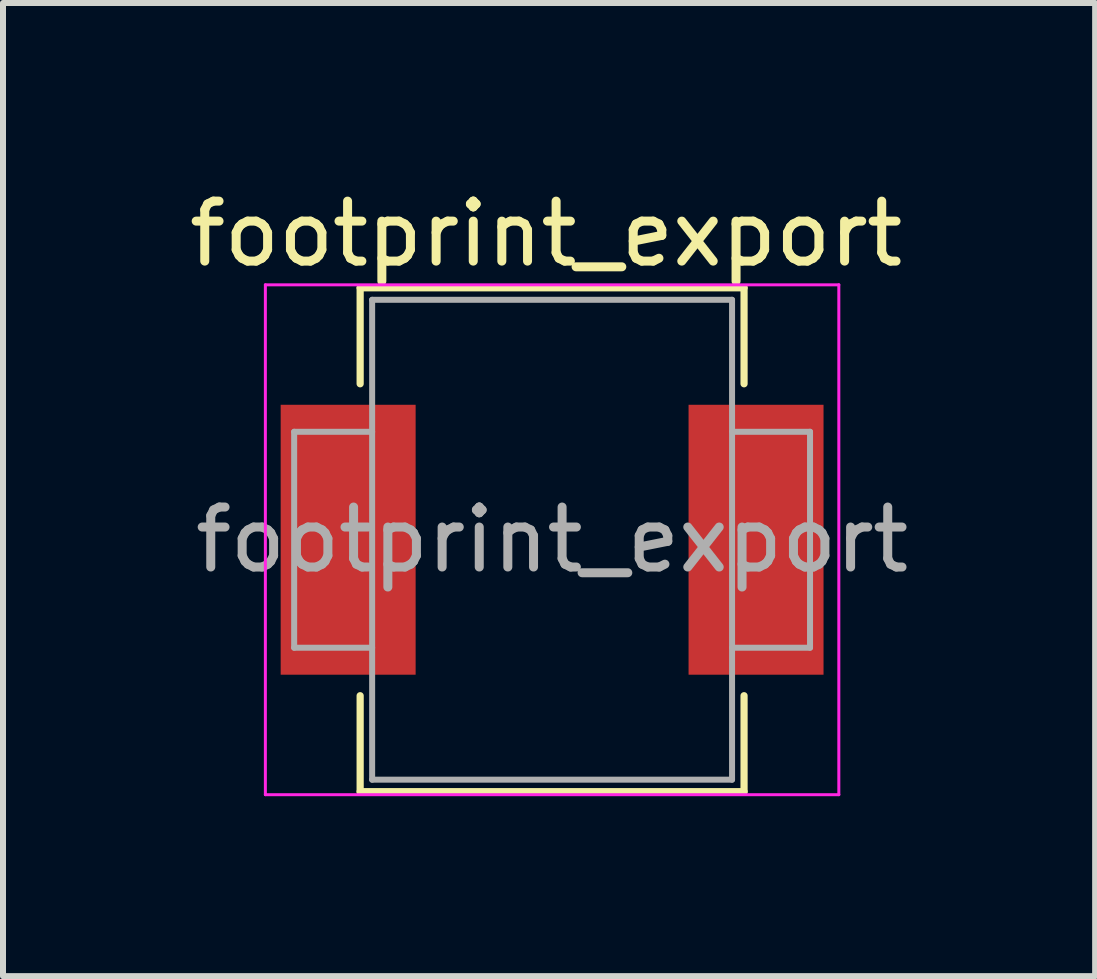
<source format=kicad_pcb>
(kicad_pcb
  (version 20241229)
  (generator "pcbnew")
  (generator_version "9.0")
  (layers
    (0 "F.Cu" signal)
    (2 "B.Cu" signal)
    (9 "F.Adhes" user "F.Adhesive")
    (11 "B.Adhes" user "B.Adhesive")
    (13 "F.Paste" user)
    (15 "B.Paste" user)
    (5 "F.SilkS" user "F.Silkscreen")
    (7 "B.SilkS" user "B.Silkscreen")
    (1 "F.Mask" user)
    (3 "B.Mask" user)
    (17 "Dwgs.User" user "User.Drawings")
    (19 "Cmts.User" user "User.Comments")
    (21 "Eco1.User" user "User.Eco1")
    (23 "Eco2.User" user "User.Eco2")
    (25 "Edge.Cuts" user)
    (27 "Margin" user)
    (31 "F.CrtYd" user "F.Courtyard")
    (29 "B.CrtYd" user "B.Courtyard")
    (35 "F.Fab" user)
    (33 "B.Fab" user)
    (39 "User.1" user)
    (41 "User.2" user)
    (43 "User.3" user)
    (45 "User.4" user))
  (footprint "footprint_export"
    (layer "F.Cu")
    (at 6.154 5.948)
    (property "Reference" "footprint_export" (at -0.1 -5.1 0) (layer "F.SilkS") (effects (font (size 1 1) (thickness 0.15))))
    (attr smd)
    (fp_line (start -3.2 -4.2) (end -3.2 -2.6) (stroke (width 0.12) (type solid)) (layer "F.SilkS"))
    (fp_line (start -3.2 2.6) (end -3.2 4.2) (stroke (width 0.12) (type solid)) (layer "F.SilkS"))
    (fp_line (start -3.2 4.2) (end 3.2 4.2) (stroke (width 0.12) (type solid)) (layer "F.SilkS"))
    (fp_line (start 3.2 -4.2) (end -3.2 -4.2) (stroke (width 0.12) (type solid)) (layer "F.SilkS"))
    (fp_line (start 3.2 -2.6) (end 3.2 -4.2) (stroke (width 0.12) (type solid)) (layer "F.SilkS"))
    (fp_line (start 3.2 4.2) (end 3.2 2.6) (stroke (width 0.12) (type solid)) (layer "F.SilkS"))
    (fp_line (start -4.78 -4.25) (end -4.78 4.25) (stroke (width 0.05) (type solid)) (layer "F.CrtYd"))
    (fp_line (start -4.78 -4.25) (end 4.78 -4.25) (stroke (width 0.05) (type solid)) (layer "F.CrtYd"))
    (fp_line (start 4.78 4.25) (end -4.78 4.25) (stroke (width 0.05) (type solid)) (layer "F.CrtYd"))
    (fp_line (start 4.78 4.25) (end 4.78 -4.25) (stroke (width 0.05) (type solid)) (layer "F.CrtYd"))
    (fp_line (start -4.3 -1.8) (end -4.3 1.8) (stroke (width 0.1) (type solid)) (layer "F.Fab"))
    (fp_line (start -4.3 -1.8) (end -3 -1.8) (stroke (width 0.1) (type solid)) (layer "F.Fab"))
    (fp_line (start -4.3 1.8) (end -3 1.8) (stroke (width 0.1) (type solid)) (layer "F.Fab"))
    (fp_line (start -3 -4) (end 3 -4) (stroke (width 0.1) (type solid)) (layer "F.Fab"))
    (fp_line (start -3 4) (end -3 -4) (stroke (width 0.1) (type solid)) (layer "F.Fab"))
    (fp_line (start 3 -4) (end 3 4) (stroke (width 0.1) (type solid)) (layer "F.Fab"))
    (fp_line (start 3 1.8) (end 4.3 1.8) (stroke (width 0.1) (type solid)) (layer "F.Fab"))
    (fp_line (start 3 4) (end -3 4) (stroke (width 0.1) (type solid)) (layer "F.Fab"))
    (fp_line (start 4.3 -1.8) (end 3 -1.8) (stroke (width 0.1) (type solid)) (layer "F.Fab"))
    (fp_line (start 4.3 1.8) (end 4.3 -1.8) (stroke (width 0.1) (type solid)) (layer "F.Fab"))
    (fp_text user "${REFERENCE}" (at 0 0 0) (layer "F.Fab") (effects (font (size 1 1) (thickness 0.15))))
    (pad "1" smd rect (at -3.4 0) (size 2.25 4.5) (layers "F.Cu" "F.Mask" "F.Paste"))
    (pad "2" smd rect (at 3.4 0) (size 2.25 4.5) (layers "F.Cu" "F.Mask" "F.Paste")))
  (gr_rect
    (start -3 -3)
    (end 15.207 13.223)
    (stroke (width 0.1) (type default))
    (fill no)
    (layer "Edge.Cuts")))
</source>
